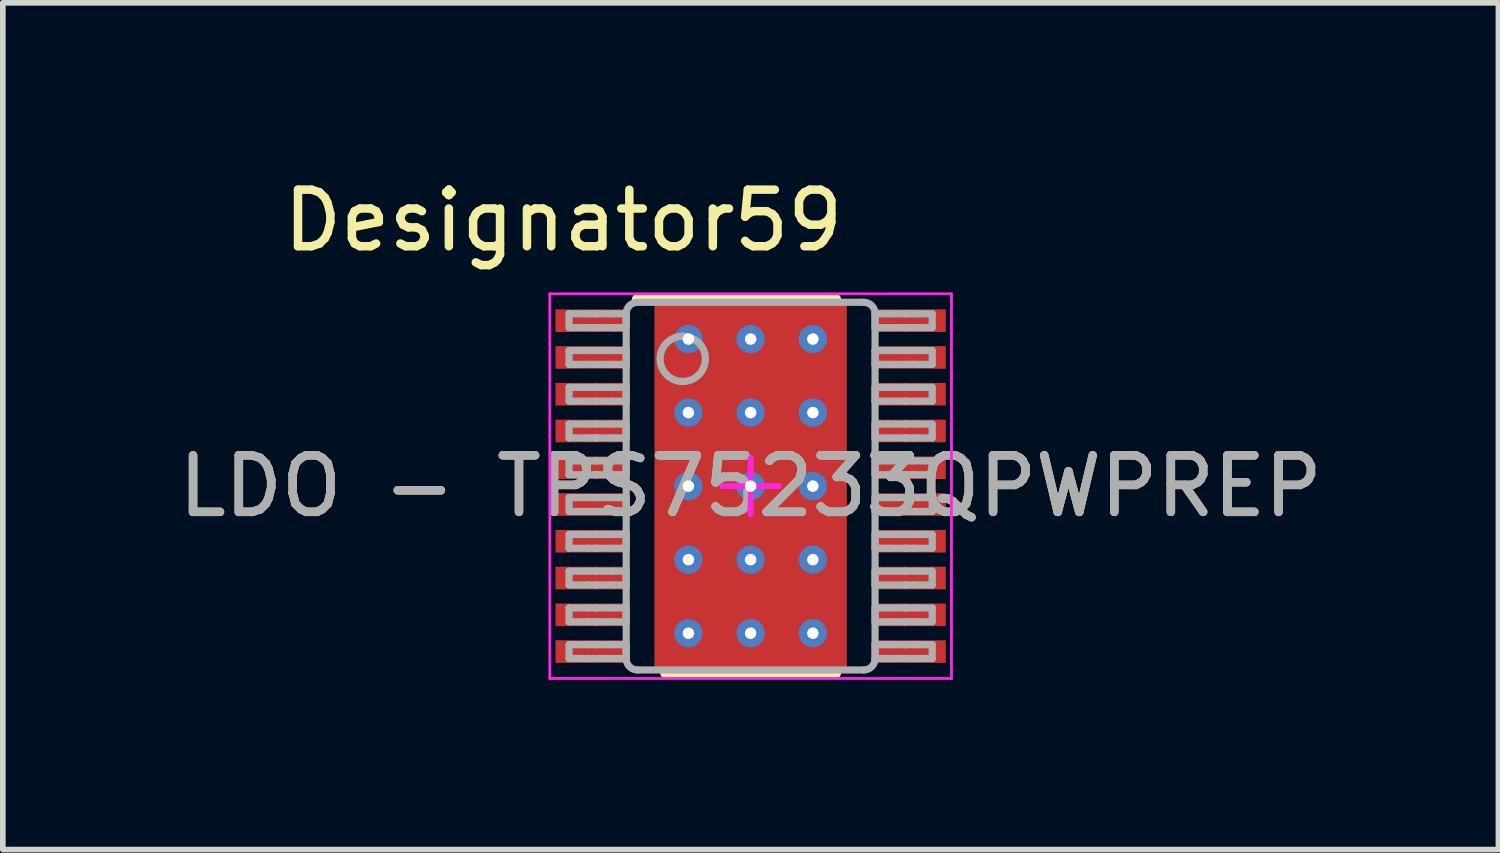
<source format=kicad_pcb>
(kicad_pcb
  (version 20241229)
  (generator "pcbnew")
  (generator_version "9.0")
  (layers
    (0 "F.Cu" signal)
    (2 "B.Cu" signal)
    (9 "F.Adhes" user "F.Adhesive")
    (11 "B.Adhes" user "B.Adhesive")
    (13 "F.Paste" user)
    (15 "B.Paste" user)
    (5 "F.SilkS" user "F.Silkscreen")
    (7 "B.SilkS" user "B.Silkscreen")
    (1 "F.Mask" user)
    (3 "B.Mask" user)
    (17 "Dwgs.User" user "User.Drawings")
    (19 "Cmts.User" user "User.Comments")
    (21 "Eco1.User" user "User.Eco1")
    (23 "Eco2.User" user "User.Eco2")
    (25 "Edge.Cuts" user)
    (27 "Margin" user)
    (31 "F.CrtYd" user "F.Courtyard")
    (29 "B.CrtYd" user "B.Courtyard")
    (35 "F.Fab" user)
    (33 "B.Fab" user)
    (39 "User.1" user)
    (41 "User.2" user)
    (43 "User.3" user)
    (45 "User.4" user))
  (footprint "LDO - TPS75233QPWPREP"
    (layer "F.Cu")
    (at 10.22 5.544)
    (property "Reference" "LDO - TPS75233QPWPREP" (at 0 0 0) (unlocked yes) (layer "F.SilkS") (effects (font (size 1 1) (thickness 0.15))))
    (attr smd)
    (fp_poly (pts (xy -1.2 1.642) (xy -1.2 -1.642) (xy -1.199 -1.651) (xy -1.196 -1.66) (xy -1.192 -1.669) (xy -1.186 -1.676) (xy -1.179 -1.682) (xy -1.17 -1.686) (xy -1.161 -1.689) (xy -1.152 -1.69) (xy 1.152 -1.69) (xy 1.161 -1.689) (xy 1.17 -1.686) (xy 1.179 -1.682) (xy 1.186 -1.676) (xy 1.192 -1.669) (xy 1.196 -1.66) (xy 1.199 -1.651) (xy 1.2 -1.642) (xy 1.2 1.642) (xy 1.199 1.651) (xy 1.196 1.66) (xy 1.192 1.669) (xy 1.186 1.676) (xy 1.179 1.682) (xy 1.17 1.686) (xy 1.161 1.689) (xy 1.152 1.69) (xy -1.152 1.69) (xy -1.161 1.689) (xy -1.17 1.686) (xy -1.179 1.682) (xy -1.186 1.676) (xy -1.192 1.669) (xy -1.196 1.66) (xy -1.199 1.651)) (stroke (width 0) (type solid)) (fill yes) (layer "F.Mask"))
    (fp_line (start -2 -3.3) (end 1.5 -3.3) (stroke (width 0.2) (type solid)) (layer "F.SilkS"))
    (fp_line (start -1.5 3.3) (end 1.5 3.3) (stroke (width 0.2) (type solid)) (layer "F.SilkS"))
    (fp_poly (pts (xy -1.2 1.642) (xy -1.2 -1.642) (xy -1.199 -1.651) (xy -1.196 -1.66) (xy -1.192 -1.669) (xy -1.186 -1.676) (xy -1.179 -1.682) (xy -1.17 -1.686) (xy -1.161 -1.689) (xy -1.152 -1.69) (xy 1.152 -1.69) (xy 1.161 -1.689) (xy 1.17 -1.686) (xy 1.179 -1.682) (xy 1.186 -1.676) (xy 1.192 -1.669) (xy 1.196 -1.66) (xy 1.199 -1.651) (xy 1.2 -1.642) (xy 1.2 1.642) (xy 1.199 1.651) (xy 1.196 1.66) (xy 1.192 1.669) (xy 1.186 1.676) (xy 1.179 1.682) (xy 1.17 1.686) (xy 1.161 1.689) (xy 1.152 1.69) (xy -1.152 1.69) (xy -1.161 1.689) (xy -1.17 1.686) (xy -1.179 1.682) (xy -1.186 1.676) (xy -1.192 1.669) (xy -1.196 1.66) (xy -1.199 1.651)) (stroke (width 0) (type solid)) (fill yes) (layer "F.Paste"))
    (fp_line (start -3.55 -3.4) (end 3.55 -3.4) (stroke (width 0.05) (type solid)) (layer "F.CrtYd"))
    (fp_line (start -3.55 3.4) (end -3.55 -3.4) (stroke (width 0.05) (type solid)) (layer "F.CrtYd"))
    (fp_line (start -3.55 3.4) (end 3.55 3.4) (stroke (width 0.05) (type solid)) (layer "F.CrtYd"))
    (fp_line (start -0.5 0) (end 0.5 0) (stroke (width 0.1) (type solid)) (layer "F.CrtYd"))
    (fp_line (start -0.000003 0.5) (end -0.000003 -0.5) (stroke (width 0.1) (type solid)) (layer "F.CrtYd"))
    (fp_line (start 3.55 3.4) (end 3.55 -3.4) (stroke (width 0.05) (type solid)) (layer "F.CrtYd"))
    (fp_line (start -3.21 -3.047) (end -2.887 -3.047) (stroke (width 0.127) (type solid)) (layer "F.Fab"))
    (fp_line (start -3.21 -2.802) (end -3.21 -3.047) (stroke (width 0.127) (type solid)) (layer "F.Fab"))
    (fp_line (start -3.21 -2.802) (end -2.887 -2.802) (stroke (width 0.127) (type solid)) (layer "F.Fab"))
    (fp_line (start -3.21 -2.397) (end -2.887 -2.397) (stroke (width 0.127) (type solid)) (layer "F.Fab"))
    (fp_line (start -3.21 -2.152) (end -3.21 -2.397) (stroke (width 0.127) (type solid)) (layer "F.Fab"))
    (fp_line (start -3.21 -2.152) (end -2.887 -2.152) (stroke (width 0.127) (type solid)) (layer "F.Fab"))
    (fp_line (start -3.21 -1.747) (end -2.887 -1.747) (stroke (width 0.127) (type solid)) (layer "F.Fab"))
    (fp_line (start -3.21 -1.502) (end -3.21 -1.747) (stroke (width 0.127) (type solid)) (layer "F.Fab"))
    (fp_line (start -3.21 -1.502) (end -2.887 -1.502) (stroke (width 0.127) (type solid)) (layer "F.Fab"))
    (fp_line (start -3.21 -1.097) (end -2.887 -1.097) (stroke (width 0.127) (type solid)) (layer "F.Fab"))
    (fp_line (start -3.21 -0.852) (end -3.21 -1.097) (stroke (width 0.127) (type solid)) (layer "F.Fab"))
    (fp_line (start -3.21 -0.852) (end -2.887 -0.852) (stroke (width 0.127) (type solid)) (layer "F.Fab"))
    (fp_line (start -3.21 -0.447) (end -2.887 -0.447) (stroke (width 0.127) (type solid)) (layer "F.Fab"))
    (fp_line (start -3.21 -0.202) (end -3.21 -0.447) (stroke (width 0.127) (type solid)) (layer "F.Fab"))
    (fp_line (start -3.21 -0.202) (end -2.887 -0.202) (stroke (width 0.127) (type solid)) (layer "F.Fab"))
    (fp_line (start -3.21 0.203) (end -2.887 0.203) (stroke (width 0.127) (type solid)) (layer "F.Fab"))
    (fp_line (start -3.21 0.448) (end -3.21 0.203) (stroke (width 0.127) (type solid)) (layer "F.Fab"))
    (fp_line (start -3.21 0.448) (end -2.887 0.448) (stroke (width 0.127) (type solid)) (layer "F.Fab"))
    (fp_line (start -3.21 0.853) (end -2.887 0.853) (stroke (width 0.127) (type solid)) (layer "F.Fab"))
    (fp_line (start -3.21 1.098) (end -3.21 0.853) (stroke (width 0.127) (type solid)) (layer "F.Fab"))
    (fp_line (start -3.21 1.098) (end -2.887 1.098) (stroke (width 0.127) (type solid)) (layer "F.Fab"))
    (fp_line (start -3.21 1.503) (end -2.887 1.503) (stroke (width 0.127) (type solid)) (layer "F.Fab"))
    (fp_line (start -3.21 1.748) (end -3.21 1.503) (stroke (width 0.127) (type solid)) (layer "F.Fab"))
    (fp_line (start -3.21 1.748) (end -2.887 1.748) (stroke (width 0.127) (type solid)) (layer "F.Fab"))
    (fp_line (start -3.21 2.153) (end -2.887 2.153) (stroke (width 0.127) (type solid)) (layer "F.Fab"))
    (fp_line (start -3.21 2.398) (end -3.21 2.153) (stroke (width 0.127) (type solid)) (layer "F.Fab"))
    (fp_line (start -3.21 2.398) (end -2.887 2.398) (stroke (width 0.127) (type solid)) (layer "F.Fab"))
    (fp_line (start -3.21 2.803) (end -2.887 2.803) (stroke (width 0.127) (type solid)) (layer "F.Fab"))
    (fp_line (start -3.21 3.048) (end -3.21 2.803) (stroke (width 0.127) (type solid)) (layer "F.Fab"))
    (fp_line (start -3.21 3.048) (end -2.887 3.048) (stroke (width 0.127) (type solid)) (layer "F.Fab"))
    (fp_line (start -2.887 -3.047) (end -2.739 -3.047) (stroke (width 0.127) (type solid)) (layer "F.Fab"))
    (fp_line (start -2.887 -2.802) (end -2.739 -2.802) (stroke (width 0.127) (type solid)) (layer "F.Fab"))
    (fp_line (start -2.887 -2.397) (end -2.739 -2.397) (stroke (width 0.127) (type solid)) (layer "F.Fab"))
    (fp_line (start -2.887 -2.152) (end -2.739 -2.152) (stroke (width 0.127) (type solid)) (layer "F.Fab"))
    (fp_line (start -2.887 -1.747) (end -2.739 -1.747) (stroke (width 0.127) (type solid)) (layer "F.Fab"))
    (fp_line (start -2.887 -1.502) (end -2.739 -1.502) (stroke (width 0.127) (type solid)) (layer "F.Fab"))
    (fp_line (start -2.887 -1.097) (end -2.739 -1.097) (stroke (width 0.127) (type solid)) (layer "F.Fab"))
    (fp_line (start -2.887 -0.852) (end -2.739 -0.852) (stroke (width 0.127) (type solid)) (layer "F.Fab"))
    (fp_line (start -2.887 -0.447) (end -2.739 -0.447) (stroke (width 0.127) (type solid)) (layer "F.Fab"))
    (fp_line (start -2.887 -0.202) (end -2.739 -0.202) (stroke (width 0.127) (type solid)) (layer "F.Fab"))
    (fp_line (start -2.887 0.203) (end -2.739 0.203) (stroke (width 0.127) (type solid)) (layer "F.Fab"))
    (fp_line (start -2.887 0.448) (end -2.739 0.448) (stroke (width 0.127) (type solid)) (layer "F.Fab"))
    (fp_line (start -2.887 0.853) (end -2.739 0.853) (stroke (width 0.127) (type solid)) (layer "F.Fab"))
    (fp_line (start -2.887 1.098) (end -2.739 1.098) (stroke (width 0.127) (type solid)) (layer "F.Fab"))
    (fp_line (start -2.887 1.503) (end -2.739 1.503) (stroke (width 0.127) (type solid)) (layer "F.Fab"))
    (fp_line (start -2.887 1.748) (end -2.739 1.748) (stroke (width 0.127) (type solid)) (layer "F.Fab"))
    (fp_line (start -2.887 2.153) (end -2.739 2.153) (stroke (width 0.127) (type solid)) (layer "F.Fab"))
    (fp_line (start -2.887 2.398) (end -2.739 2.398) (stroke (width 0.127) (type solid)) (layer "F.Fab"))
    (fp_line (start -2.887 2.803) (end -2.739 2.803) (stroke (width 0.127) (type solid)) (layer "F.Fab"))
    (fp_line (start -2.887 3.048) (end -2.739 3.048) (stroke (width 0.127) (type solid)) (layer "F.Fab"))
    (fp_line (start -2.739 -3.047) (end -2.733 -3.047) (stroke (width 0.127) (type solid)) (layer "F.Fab"))
    (fp_line (start -2.739 -2.802) (end -2.733 -2.802) (stroke (width 0.127) (type solid)) (layer "F.Fab"))
    (fp_line (start -2.739 -2.397) (end -2.733 -2.397) (stroke (width 0.127) (type solid)) (layer "F.Fab"))
    (fp_line (start -2.739 -2.152) (end -2.733 -2.152) (stroke (width 0.127) (type solid)) (layer "F.Fab"))
    (fp_line (start -2.739 -1.747) (end -2.733 -1.747) (stroke (width 0.127) (type solid)) (layer "F.Fab"))
    (fp_line (start -2.739 -1.502) (end -2.733 -1.502) (stroke (width 0.127) (type solid)) (layer "F.Fab"))
    (fp_line (start -2.739 -1.097) (end -2.733 -1.097) (stroke (width 0.127) (type solid)) (layer "F.Fab"))
    (fp_line (start -2.739 -0.852) (end -2.733 -0.852) (stroke (width 0.127) (type solid)) (layer "F.Fab"))
    (fp_line (start -2.739 -0.447) (end -2.733 -0.447) (stroke (width 0.127) (type solid)) (layer "F.Fab"))
    (fp_line (start -2.739 -0.202) (end -2.733 -0.202) (stroke (width 0.127) (type solid)) (layer "F.Fab"))
    (fp_line (start -2.739 0.203) (end -2.733 0.203) (stroke (width 0.127) (type solid)) (layer "F.Fab"))
    (fp_line (start -2.739 0.448) (end -2.733 0.448) (stroke (width 0.127) (type solid)) (layer "F.Fab"))
    (fp_line (start -2.739 0.853) (end -2.733 0.853) (stroke (width 0.127) (type solid)) (layer "F.Fab"))
    (fp_line (start -2.739 1.098) (end -2.733 1.098) (stroke (width 0.127) (type solid)) (layer "F.Fab"))
    (fp_line (start -2.739 1.503) (end -2.733 1.503) (stroke (width 0.127) (type solid)) (layer "F.Fab"))
    (fp_line (start -2.739 1.748) (end -2.733 1.748) (stroke (width 0.127) (type solid)) (layer "F.Fab"))
    (fp_line (start -2.739 2.153) (end -2.733 2.153) (stroke (width 0.127) (type solid)) (layer "F.Fab"))
    (fp_line (start -2.739 2.398) (end -2.733 2.398) (stroke (width 0.127) (type solid)) (layer "F.Fab"))
    (fp_line (start -2.739 2.803) (end -2.733 2.803) (stroke (width 0.127) (type solid)) (layer "F.Fab"))
    (fp_line (start -2.739 3.048) (end -2.733 3.048) (stroke (width 0.127) (type solid)) (layer "F.Fab"))
    (fp_line (start -2.733 -3.047) (end -2.431 -3.047) (stroke (width 0.127) (type solid)) (layer "F.Fab"))
    (fp_line (start -2.733 -2.802) (end -2.431 -2.802) (stroke (width 0.127) (type solid)) (layer "F.Fab"))
    (fp_line (start -2.733 -2.397) (end -2.431 -2.397) (stroke (width 0.127) (type solid)) (layer "F.Fab"))
    (fp_line (start -2.733 -2.152) (end -2.431 -2.152) (stroke (width 0.127) (type solid)) (layer "F.Fab"))
    (fp_line (start -2.733 -1.747) (end -2.431 -1.747) (stroke (width 0.127) (type solid)) (layer "F.Fab"))
    (fp_line (start -2.733 -1.502) (end -2.431 -1.502) (stroke (width 0.127) (type solid)) (layer "F.Fab"))
    (fp_line (start -2.733 -1.097) (end -2.431 -1.097) (stroke (width 0.127) (type solid)) (layer "F.Fab"))
    (fp_line (start -2.733 -0.852) (end -2.431 -0.852) (stroke (width 0.127) (type solid)) (layer "F.Fab"))
    (fp_line (start -2.733 -0.447) (end -2.431 -0.447) (stroke (width 0.127) (type solid)) (layer "F.Fab"))
    (fp_line (start -2.733 -0.202) (end -2.431 -0.202) (stroke (width 0.127) (type solid)) (layer "F.Fab"))
    (fp_line (start -2.733 0.203) (end -2.431 0.203) (stroke (width 0.127) (type solid)) (layer "F.Fab"))
    (fp_line (start -2.733 0.448) (end -2.431 0.448) (stroke (width 0.127) (type solid)) (layer "F.Fab"))
    (fp_line (start -2.733 0.853) (end -2.431 0.853) (stroke (width 0.127) (type solid)) (layer "F.Fab"))
    (fp_line (start -2.733 1.098) (end -2.431 1.098) (stroke (width 0.127) (type solid)) (layer "F.Fab"))
    (fp_line (start -2.733 1.503) (end -2.431 1.503) (stroke (width 0.127) (type solid)) (layer "F.Fab"))
    (fp_line (start -2.733 1.748) (end -2.431 1.748) (stroke (width 0.127) (type solid)) (layer "F.Fab"))
    (fp_line (start -2.733 2.153) (end -2.431 2.153) (stroke (width 0.127) (type solid)) (layer "F.Fab"))
    (fp_line (start -2.733 2.398) (end -2.431 2.398) (stroke (width 0.127) (type solid)) (layer "F.Fab"))
    (fp_line (start -2.733 2.803) (end -2.431 2.803) (stroke (width 0.127) (type solid)) (layer "F.Fab"))
    (fp_line (start -2.733 3.048) (end -2.431 3.048) (stroke (width 0.127) (type solid)) (layer "F.Fab"))
    (fp_line (start -2.431 -3.047) (end -2.2 -3.047) (stroke (width 0.127) (type solid)) (layer "F.Fab"))
    (fp_line (start -2.431 -2.802) (end -2.2 -2.802) (stroke (width 0.127) (type solid)) (layer "F.Fab"))
    (fp_line (start -2.431 -2.397) (end -2.2 -2.397) (stroke (width 0.127) (type solid)) (layer "F.Fab"))
    (fp_line (start -2.431 -2.152) (end -2.2 -2.152) (stroke (width 0.127) (type solid)) (layer "F.Fab"))
    (fp_line (start -2.431 -1.747) (end -2.2 -1.747) (stroke (width 0.127) (type solid)) (layer "F.Fab"))
    (fp_line (start -2.431 -1.502) (end -2.2 -1.502) (stroke (width 0.127) (type solid)) (layer "F.Fab"))
    (fp_line (start -2.431 -1.097) (end -2.2 -1.097) (stroke (width 0.127) (type solid)) (layer "F.Fab"))
    (fp_line (start -2.431 -0.852) (end -2.2 -0.852) (stroke (width 0.127) (type solid)) (layer "F.Fab"))
    (fp_line (start -2.431 -0.447) (end -2.2 -0.447) (stroke (width 0.127) (type solid)) (layer "F.Fab"))
    (fp_line (start -2.431 -0.202) (end -2.2 -0.202) (stroke (width 0.127) (type solid)) (layer "F.Fab"))
    (fp_line (start -2.431 0.203) (end -2.2 0.203) (stroke (width 0.127) (type solid)) (layer "F.Fab"))
    (fp_line (start -2.431 0.448) (end -2.2 0.448) (stroke (width 0.127) (type solid)) (layer "F.Fab"))
    (fp_line (start -2.431 0.853) (end -2.2 0.853) (stroke (width 0.127) (type solid)) (layer "F.Fab"))
    (fp_line (start -2.431 1.098) (end -2.2 1.098) (stroke (width 0.127) (type solid)) (layer "F.Fab"))
    (fp_line (start -2.431 1.503) (end -2.2 1.503) (stroke (width 0.127) (type solid)) (layer "F.Fab"))
    (fp_line (start -2.431 1.748) (end -2.2 1.748) (stroke (width 0.127) (type solid)) (layer "F.Fab"))
    (fp_line (start -2.431 2.153) (end -2.2 2.153) (stroke (width 0.127) (type solid)) (layer "F.Fab"))
    (fp_line (start -2.431 2.398) (end -2.2 2.398) (stroke (width 0.127) (type solid)) (layer "F.Fab"))
    (fp_line (start -2.431 2.803) (end -2.2 2.803) (stroke (width 0.127) (type solid)) (layer "F.Fab"))
    (fp_line (start -2.431 3.048) (end -2.2 3.048) (stroke (width 0.127) (type solid)) (layer "F.Fab"))
    (fp_line (start -2.2 -2.802) (end -2.2 -3.047) (stroke (width 0.127) (type solid)) (layer "F.Fab"))
    (fp_line (start -2.2 -2.152) (end -2.2 -2.397) (stroke (width 0.127) (type solid)) (layer "F.Fab"))
    (fp_line (start -2.2 -1.502) (end -2.2 -1.747) (stroke (width 0.127) (type solid)) (layer "F.Fab"))
    (fp_line (start -2.2 -0.852) (end -2.2 -1.097) (stroke (width 0.127) (type solid)) (layer "F.Fab"))
    (fp_line (start -2.2 -0.202) (end -2.2 -0.447) (stroke (width 0.127) (type solid)) (layer "F.Fab"))
    (fp_line (start -2.2 0.448) (end -2.2 0.203) (stroke (width 0.127) (type solid)) (layer "F.Fab"))
    (fp_line (start -2.2 1.098) (end -2.2 0.853) (stroke (width 0.127) (type solid)) (layer "F.Fab"))
    (fp_line (start -2.2 1.748) (end -2.2 1.503) (stroke (width 0.127) (type solid)) (layer "F.Fab"))
    (fp_line (start -2.2 2.398) (end -2.2 2.153) (stroke (width 0.127) (type solid)) (layer "F.Fab"))
    (fp_line (start -2.2 3.048) (end -2.2 2.803) (stroke (width 0.127) (type solid)) (layer "F.Fab"))
    (fp_line (start -2.2 3.05) (end -2.2 -3.05) (stroke (width 0.127) (type solid)) (layer "F.Fab"))
    (fp_line (start -2 -3.25) (end 2 -3.25) (stroke (width 0.127) (type solid)) (layer "F.Fab"))
    (fp_line (start -2 3.25) (end 2 3.25) (stroke (width 0.127) (type solid)) (layer "F.Fab"))
    (fp_line (start 2.2 -3.047) (end 2.43 -3.047) (stroke (width 0.127) (type solid)) (layer "F.Fab"))
    (fp_line (start 2.2 -2.802) (end 2.2 -3.047) (stroke (width 0.127) (type solid)) (layer "F.Fab"))
    (fp_line (start 2.2 -2.802) (end 2.43 -2.802) (stroke (width 0.127) (type solid)) (layer "F.Fab"))
    (fp_line (start 2.2 -2.397) (end 2.43 -2.397) (stroke (width 0.127) (type solid)) (layer "F.Fab"))
    (fp_line (start 2.2 -2.152) (end 2.2 -2.397) (stroke (width 0.127) (type solid)) (layer "F.Fab"))
    (fp_line (start 2.2 -2.152) (end 2.43 -2.152) (stroke (width 0.127) (type solid)) (layer "F.Fab"))
    (fp_line (start 2.2 -1.747) (end 2.43 -1.747) (stroke (width 0.127) (type solid)) (layer "F.Fab"))
    (fp_line (start 2.2 -1.502) (end 2.2 -1.747) (stroke (width 0.127) (type solid)) (layer "F.Fab"))
    (fp_line (start 2.2 -1.502) (end 2.43 -1.502) (stroke (width 0.127) (type solid)) (layer "F.Fab"))
    (fp_line (start 2.2 -1.097) (end 2.43 -1.097) (stroke (width 0.127) (type solid)) (layer "F.Fab"))
    (fp_line (start 2.2 -0.852) (end 2.2 -1.097) (stroke (width 0.127) (type solid)) (layer "F.Fab"))
    (fp_line (start 2.2 -0.852) (end 2.43 -0.852) (stroke (width 0.127) (type solid)) (layer "F.Fab"))
    (fp_line (start 2.2 -0.447) (end 2.43 -0.447) (stroke (width 0.127) (type solid)) (layer "F.Fab"))
    (fp_line (start 2.2 -0.202) (end 2.2 -0.447) (stroke (width 0.127) (type solid)) (layer "F.Fab"))
    (fp_line (start 2.2 -0.202) (end 2.43 -0.202) (stroke (width 0.127) (type solid)) (layer "F.Fab"))
    (fp_line (start 2.2 0.203) (end 2.43 0.203) (stroke (width 0.127) (type solid)) (layer "F.Fab"))
    (fp_line (start 2.2 0.448) (end 2.2 0.203) (stroke (width 0.127) (type solid)) (layer "F.Fab"))
    (fp_line (start 2.2 0.448) (end 2.43 0.448) (stroke (width 0.127) (type solid)) (layer "F.Fab"))
    (fp_line (start 2.2 0.853) (end 2.43 0.853) (stroke (width 0.127) (type solid)) (layer "F.Fab"))
    (fp_line (start 2.2 1.098) (end 2.2 0.853) (stroke (width 0.127) (type solid)) (layer "F.Fab"))
    (fp_line (start 2.2 1.098) (end 2.43 1.098) (stroke (width 0.127) (type solid)) (layer "F.Fab"))
    (fp_line (start 2.2 1.503) (end 2.43 1.503) (stroke (width 0.127) (type solid)) (layer "F.Fab"))
    (fp_line (start 2.2 1.748) (end 2.2 1.503) (stroke (width 0.127) (type solid)) (layer "F.Fab"))
    (fp_line (start 2.2 1.748) (end 2.43 1.748) (stroke (width 0.127) (type solid)) (layer "F.Fab"))
    (fp_line (start 2.2 2.153) (end 2.43 2.153) (stroke (width 0.127) (type solid)) (layer "F.Fab"))
    (fp_line (start 2.2 2.398) (end 2.2 2.153) (stroke (width 0.127) (type solid)) (layer "F.Fab"))
    (fp_line (start 2.2 2.398) (end 2.43 2.398) (stroke (width 0.127) (type solid)) (layer "F.Fab"))
    (fp_line (start 2.2 2.803) (end 2.43 2.803) (stroke (width 0.127) (type solid)) (layer "F.Fab"))
    (fp_line (start 2.2 3.048) (end 2.2 2.803) (stroke (width 0.127) (type solid)) (layer "F.Fab"))
    (fp_line (start 2.2 3.048) (end 2.43 3.048) (stroke (width 0.127) (type solid)) (layer "F.Fab"))
    (fp_line (start 2.2 3.05) (end 2.2 -3.05) (stroke (width 0.127) (type solid)) (layer "F.Fab"))
    (fp_line (start 2.43 -3.047) (end 2.733 -3.047) (stroke (width 0.127) (type solid)) (layer "F.Fab"))
    (fp_line (start 2.43 -2.802) (end 2.733 -2.802) (stroke (width 0.127) (type solid)) (layer "F.Fab"))
    (fp_line (start 2.43 -2.397) (end 2.733 -2.397) (stroke (width 0.127) (type solid)) (layer "F.Fab"))
    (fp_line (start 2.43 -2.152) (end 2.733 -2.152) (stroke (width 0.127) (type solid)) (layer "F.Fab"))
    (fp_line (start 2.43 -1.747) (end 2.733 -1.747) (stroke (width 0.127) (type solid)) (layer "F.Fab"))
    (fp_line (start 2.43 -1.502) (end 2.733 -1.502) (stroke (width 0.127) (type solid)) (layer "F.Fab"))
    (fp_line (start 2.43 -1.097) (end 2.733 -1.097) (stroke (width 0.127) (type solid)) (layer "F.Fab"))
    (fp_line (start 2.43 -0.852) (end 2.733 -0.852) (stroke (width 0.127) (type solid)) (layer "F.Fab"))
    (fp_line (start 2.43 -0.447) (end 2.733 -0.447) (stroke (width 0.127) (type solid)) (layer "F.Fab"))
    (fp_line (start 2.43 -0.202) (end 2.733 -0.202) (stroke (width 0.127) (type solid)) (layer "F.Fab"))
    (fp_line (start 2.43 0.203) (end 2.733 0.203) (stroke (width 0.127) (type solid)) (layer "F.Fab"))
    (fp_line (start 2.43 0.448) (end 2.733 0.448) (stroke (width 0.127) (type solid)) (layer "F.Fab"))
    (fp_line (start 2.43 0.853) (end 2.733 0.853) (stroke (width 0.127) (type solid)) (layer "F.Fab"))
    (fp_line (start 2.43 1.098) (end 2.733 1.098) (stroke (width 0.127) (type solid)) (layer "F.Fab"))
    (fp_line (start 2.43 1.503) (end 2.733 1.503) (stroke (width 0.127) (type solid)) (layer "F.Fab"))
    (fp_line (start 2.43 1.748) (end 2.733 1.748) (stroke (width 0.127) (type solid)) (layer "F.Fab"))
    (fp_line (start 2.43 2.153) (end 2.733 2.153) (stroke (width 0.127) (type solid)) (layer "F.Fab"))
    (fp_line (start 2.43 2.398) (end 2.733 2.398) (stroke (width 0.127) (type solid)) (layer "F.Fab"))
    (fp_line (start 2.43 2.803) (end 2.733 2.803) (stroke (width 0.127) (type solid)) (layer "F.Fab"))
    (fp_line (start 2.43 3.048) (end 2.733 3.048) (stroke (width 0.127) (type solid)) (layer "F.Fab"))
    (fp_line (start 2.733 -3.047) (end 2.739 -3.047) (stroke (width 0.127) (type solid)) (layer "F.Fab"))
    (fp_line (start 2.733 -2.802) (end 2.739 -2.802) (stroke (width 0.127) (type solid)) (layer "F.Fab"))
    (fp_line (start 2.733 -2.397) (end 2.739 -2.397) (stroke (width 0.127) (type solid)) (layer "F.Fab"))
    (fp_line (start 2.733 -2.152) (end 2.739 -2.152) (stroke (width 0.127) (type solid)) (layer "F.Fab"))
    (fp_line (start 2.733 -1.747) (end 2.739 -1.747) (stroke (width 0.127) (type solid)) (layer "F.Fab"))
    (fp_line (start 2.733 -1.502) (end 2.739 -1.502) (stroke (width 0.127) (type solid)) (layer "F.Fab"))
    (fp_line (start 2.733 -1.097) (end 2.739 -1.097) (stroke (width 0.127) (type solid)) (layer "F.Fab"))
    (fp_line (start 2.733 -0.852) (end 2.739 -0.852) (stroke (width 0.127) (type solid)) (layer "F.Fab"))
    (fp_line (start 2.733 -0.447) (end 2.739 -0.447) (stroke (width 0.127) (type solid)) (layer "F.Fab"))
    (fp_line (start 2.733 -0.202) (end 2.739 -0.202) (stroke (width 0.127) (type solid)) (layer "F.Fab"))
    (fp_line (start 2.733 0.203) (end 2.739 0.203) (stroke (width 0.127) (type solid)) (layer "F.Fab"))
    (fp_line (start 2.733 0.448) (end 2.739 0.448) (stroke (width 0.127) (type solid)) (layer "F.Fab"))
    (fp_line (start 2.733 0.853) (end 2.739 0.853) (stroke (width 0.127) (type solid)) (layer "F.Fab"))
    (fp_line (start 2.733 1.098) (end 2.739 1.098) (stroke (width 0.127) (type solid)) (layer "F.Fab"))
    (fp_line (start 2.733 1.503) (end 2.739 1.503) (stroke (width 0.127) (type solid)) (layer "F.Fab"))
    (fp_line (start 2.733 1.748) (end 2.739 1.748) (stroke (width 0.127) (type solid)) (layer "F.Fab"))
    (fp_line (start 2.733 2.153) (end 2.739 2.153) (stroke (width 0.127) (type solid)) (layer "F.Fab"))
    (fp_line (start 2.733 2.398) (end 2.739 2.398) (stroke (width 0.127) (type solid)) (layer "F.Fab"))
    (fp_line (start 2.733 2.803) (end 2.739 2.803) (stroke (width 0.127) (type solid)) (layer "F.Fab"))
    (fp_line (start 2.733 3.048) (end 2.739 3.048) (stroke (width 0.127) (type solid)) (layer "F.Fab"))
    (fp_line (start 2.739 -3.047) (end 2.887 -3.047) (stroke (width 0.127) (type solid)) (layer "F.Fab"))
    (fp_line (start 2.739 -2.802) (end 2.887 -2.802) (stroke (width 0.127) (type solid)) (layer "F.Fab"))
    (fp_line (start 2.739 -2.397) (end 2.887 -2.397) (stroke (width 0.127) (type solid)) (layer "F.Fab"))
    (fp_line (start 2.739 -2.152) (end 2.887 -2.152) (stroke (width 0.127) (type solid)) (layer "F.Fab"))
    (fp_line (start 2.739 -1.747) (end 2.887 -1.747) (stroke (width 0.127) (type solid)) (layer "F.Fab"))
    (fp_line (start 2.739 -1.502) (end 2.887 -1.502) (stroke (width 0.127) (type solid)) (layer "F.Fab"))
    (fp_line (start 2.739 -1.097) (end 2.887 -1.097) (stroke (width 0.127) (type solid)) (layer "F.Fab"))
    (fp_line (start 2.739 -0.852) (end 2.887 -0.852) (stroke (width 0.127) (type solid)) (layer "F.Fab"))
    (fp_line (start 2.739 -0.447) (end 2.887 -0.447) (stroke (width 0.127) (type solid)) (layer "F.Fab"))
    (fp_line (start 2.739 -0.202) (end 2.887 -0.202) (stroke (width 0.127) (type solid)) (layer "F.Fab"))
    (fp_line (start 2.739 0.203) (end 2.887 0.203) (stroke (width 0.127) (type solid)) (layer "F.Fab"))
    (fp_line (start 2.739 0.448) (end 2.887 0.448) (stroke (width 0.127) (type solid)) (layer "F.Fab"))
    (fp_line (start 2.739 0.853) (end 2.887 0.853) (stroke (width 0.127) (type solid)) (layer "F.Fab"))
    (fp_line (start 2.739 1.098) (end 2.887 1.098) (stroke (width 0.127) (type solid)) (layer "F.Fab"))
    (fp_line (start 2.739 1.503) (end 2.887 1.503) (stroke (width 0.127) (type solid)) (layer "F.Fab"))
    (fp_line (start 2.739 1.748) (end 2.887 1.748) (stroke (width 0.127) (type solid)) (layer "F.Fab"))
    (fp_line (start 2.739 2.153) (end 2.887 2.153) (stroke (width 0.127) (type solid)) (layer "F.Fab"))
    (fp_line (start 2.739 2.398) (end 2.887 2.398) (stroke (width 0.127) (type solid)) (layer "F.Fab"))
    (fp_line (start 2.739 2.803) (end 2.887 2.803) (stroke (width 0.127) (type solid)) (layer "F.Fab"))
    (fp_line (start 2.739 3.048) (end 2.887 3.048) (stroke (width 0.127) (type solid)) (layer "F.Fab"))
    (fp_line (start 2.887 -3.047) (end 3.21 -3.047) (stroke (width 0.127) (type solid)) (layer "F.Fab"))
    (fp_line (start 2.887 -2.802) (end 3.21 -2.802) (stroke (width 0.127) (type solid)) (layer "F.Fab"))
    (fp_line (start 2.887 -2.397) (end 3.21 -2.397) (stroke (width 0.127) (type solid)) (layer "F.Fab"))
    (fp_line (start 2.887 -2.152) (end 3.21 -2.152) (stroke (width 0.127) (type solid)) (layer "F.Fab"))
    (fp_line (start 2.887 -1.747) (end 3.21 -1.747) (stroke (width 0.127) (type solid)) (layer "F.Fab"))
    (fp_line (start 2.887 -1.502) (end 3.21 -1.502) (stroke (width 0.127) (type solid)) (layer "F.Fab"))
    (fp_line (start 2.887 -1.097) (end 3.21 -1.097) (stroke (width 0.127) (type solid)) (layer "F.Fab"))
    (fp_line (start 2.887 -0.852) (end 3.21 -0.852) (stroke (width 0.127) (type solid)) (layer "F.Fab"))
    (fp_line (start 2.887 -0.447) (end 3.21 -0.447) (stroke (width 0.127) (type solid)) (layer "F.Fab"))
    (fp_line (start 2.887 -0.202) (end 3.21 -0.202) (stroke (width 0.127) (type solid)) (layer "F.Fab"))
    (fp_line (start 2.887 0.203) (end 3.21 0.203) (stroke (width 0.127) (type solid)) (layer "F.Fab"))
    (fp_line (start 2.887 0.448) (end 3.21 0.448) (stroke (width 0.127) (type solid)) (layer "F.Fab"))
    (fp_line (start 2.887 0.853) (end 3.21 0.853) (stroke (width 0.127) (type solid)) (layer "F.Fab"))
    (fp_line (start 2.887 1.098) (end 3.21 1.098) (stroke (width 0.127) (type solid)) (layer "F.Fab"))
    (fp_line (start 2.887 1.503) (end 3.21 1.503) (stroke (width 0.127) (type solid)) (layer "F.Fab"))
    (fp_line (start 2.887 1.748) (end 3.21 1.748) (stroke (width 0.127) (type solid)) (layer "F.Fab"))
    (fp_line (start 2.887 2.153) (end 3.21 2.153) (stroke (width 0.127) (type solid)) (layer "F.Fab"))
    (fp_line (start 2.887 2.398) (end 3.21 2.398) (stroke (width 0.127) (type solid)) (layer "F.Fab"))
    (fp_line (start 2.887 2.803) (end 3.21 2.803) (stroke (width 0.127) (type solid)) (layer "F.Fab"))
    (fp_line (start 2.887 3.048) (end 3.21 3.048) (stroke (width 0.127) (type solid)) (layer "F.Fab"))
    (fp_line (start 3.21 -2.802) (end 3.21 -3.047) (stroke (width 0.127) (type solid)) (layer "F.Fab"))
    (fp_line (start 3.21 -2.152) (end 3.21 -2.397) (stroke (width 0.127) (type solid)) (layer "F.Fab"))
    (fp_line (start 3.21 -1.502) (end 3.21 -1.747) (stroke (width 0.127) (type solid)) (layer "F.Fab"))
    (fp_line (start 3.21 -0.852) (end 3.21 -1.097) (stroke (width 0.127) (type solid)) (layer "F.Fab"))
    (fp_line (start 3.21 -0.202) (end 3.21 -0.447) (stroke (width 0.127) (type solid)) (layer "F.Fab"))
    (fp_line (start 3.21 0.448) (end 3.21 0.203) (stroke (width 0.127) (type solid)) (layer "F.Fab"))
    (fp_line (start 3.21 1.098) (end 3.21 0.853) (stroke (width 0.127) (type solid)) (layer "F.Fab"))
    (fp_line (start 3.21 1.748) (end 3.21 1.503) (stroke (width 0.127) (type solid)) (layer "F.Fab"))
    (fp_line (start 3.21 2.398) (end 3.21 2.153) (stroke (width 0.127) (type solid)) (layer "F.Fab"))
    (fp_line (start 3.21 3.048) (end 3.21 2.803) (stroke (width 0.127) (type solid)) (layer "F.Fab"))
    (fp_arc (start -2.200001 -3.049986) (mid -2.141422 -3.191407) (end -2.000001 -3.249986) (stroke (width 0.127) (type solid)) (layer "F.Fab"))
    (fp_arc (start -2.000001 3.250001) (mid -2.141422 3.191423) (end -2.200001 3.050002) (stroke (width 0.127) (type solid)) (layer "F.Fab"))
    (fp_arc (start -1.200003 -2.649987) (mid -0.800003 -2.249988) (end -1.200003 -1.849989) (stroke (width 0.127) (type solid)) (layer "F.Fab"))
    (fp_arc (start -1.200003 -1.849989) (mid -1.600002 -2.249988) (end -1.200003 -2.649987) (stroke (width 0.127) (type solid)) (layer "F.Fab"))
    (fp_arc (start 1.999991 -3.249986) (mid 2.141412 -3.191407) (end 2.199991 -3.049986) (stroke (width 0.127) (type solid)) (layer "F.Fab"))
    (fp_arc (start 2.199991 3.050002) (mid 2.141412 3.191423) (end 1.999991 3.250001) (stroke (width 0.127) (type solid)) (layer "F.Fab"))
    (fp_text user "Designator59" (at -3.311 -4.696 0) (unlocked yes) (layer "F.SilkS") (effects (font (size 1 1) (thickness 0.15))))
    (fp_text user "${REFERENCE}" (at 0 0 0) (unlocked yes) (layer "F.Fab") (effects (font (size 1 1) (thickness 0.15))))
    (pad "1" smd rect (at -2.85 -2.925 90) (size 0.4 1.2) (layers "F.Cu" "F.Mask" "F.Paste"))
    (pad "2" smd rect (at -2.85 -2.275 90) (size 0.4 1.2) (layers "F.Cu" "F.Mask" "F.Paste"))
    (pad "3" smd rect (at -2.85 -1.625 90) (size 0.4 1.2) (layers "F.Cu" "F.Mask" "F.Paste"))
    (pad "4" smd rect (at -2.85 -0.975 90) (size 0.4 1.2) (layers "F.Cu" "F.Mask" "F.Paste"))
    (pad "5" smd rect (at -2.85 -0.325 90) (size 0.4 1.2) (layers "F.Cu" "F.Mask" "F.Paste"))
    (pad "6" smd rect (at -2.85 0.325 90) (size 0.4 1.2) (layers "F.Cu" "F.Mask" "F.Paste"))
    (pad "7" smd rect (at -2.85 0.975 90) (size 0.4 1.2) (layers "F.Cu" "F.Mask" "F.Paste"))
    (pad "8" smd rect (at -2.85 1.625 90) (size 0.4 1.2) (layers "F.Cu" "F.Mask" "F.Paste"))
    (pad "9" smd rect (at -2.85 2.275 90) (size 0.4 1.2) (layers "F.Cu" "F.Mask" "F.Paste"))
    (pad "10" smd rect (at -2.85 2.925 90) (size 0.4 1.2) (layers "F.Cu" "F.Mask" "F.Paste"))
    (pad "11" smd rect (at 2.85 2.925 90) (size 0.4 1.2) (layers "F.Cu" "F.Mask" "F.Paste"))
    (pad "12" smd rect (at 2.85 2.275 90) (size 0.4 1.2) (layers "F.Cu" "F.Mask" "F.Paste"))
    (pad "13" smd rect (at 2.85 1.625 90) (size 0.4 1.2) (layers "F.Cu" "F.Mask" "F.Paste"))
    (pad "14" smd rect (at 2.85 0.975 90) (size 0.4 1.2) (layers "F.Cu" "F.Mask" "F.Paste"))
    (pad "15" smd rect (at 2.85 0.325 90) (size 0.4 1.2) (layers "F.Cu" "F.Mask" "F.Paste"))
    (pad "16" smd rect (at 2.85 -0.325 90) (size 0.4 1.2) (layers "F.Cu" "F.Mask" "F.Paste"))
    (pad "17" smd rect (at 2.85 -0.975 90) (size 0.4 1.2) (layers "F.Cu" "F.Mask" "F.Paste"))
    (pad "18" smd rect (at 2.85 -1.625 90) (size 0.4 1.2) (layers "F.Cu" "F.Mask" "F.Paste"))
    (pad "19" smd rect (at 2.85 -2.275 90) (size 0.4 1.2) (layers "F.Cu" "F.Mask" "F.Paste"))
    (pad "20" smd rect (at 2.85 -2.925 90) (size 0.4 1.2) (layers "F.Cu" "F.Mask" "F.Paste"))
    (pad "21" smd rect (at 0 0) (size 3.4 6.5) (layers "F.Cu" "F.Mask" "F.Paste"))
    (pad "V" thru_hole circle (at -1.1 -2.6) (size 0.5 0.5) (drill 0.203) (layers "*.Cu" "*.Mask"))
    (pad "V" thru_hole circle (at -1.1 -1.3) (size 0.5 0.5) (drill 0.203) (layers "*.Cu" "*.Mask"))
    (pad "V" thru_hole circle (at -1.1 0) (size 0.5 0.5) (drill 0.203) (layers "*.Cu" "*.Mask"))
    (pad "V" thru_hole circle (at -1.1 1.3) (size 0.5 0.5) (drill 0.203) (layers "*.Cu" "*.Mask"))
    (pad "V" thru_hole circle (at -1.1 2.6) (size 0.5 0.5) (drill 0.203) (layers "*.Cu" "*.Mask"))
    (pad "V" thru_hole circle (at 0 -2.6) (size 0.5 0.5) (drill 0.203) (layers "*.Cu" "*.Mask"))
    (pad "V" thru_hole circle (at 0 -1.3) (size 0.5 0.5) (drill 0.203) (layers "*.Cu" "*.Mask"))
    (pad "V" thru_hole circle (at 0 0) (size 0.5 0.5) (drill 0.203) (layers "*.Cu" "*.Mask"))
    (pad "V" thru_hole circle (at 0 1.3) (size 0.5 0.5) (drill 0.203) (layers "*.Cu" "*.Mask"))
    (pad "V" thru_hole circle (at 0 2.6) (size 0.5 0.5) (drill 0.203) (layers "*.Cu" "*.Mask"))
    (pad "V" thru_hole circle (at 1.1 -2.6) (size 0.5 0.5) (drill 0.203) (layers "*.Cu" "*.Mask"))
    (pad "V" thru_hole circle (at 1.1 -1.3) (size 0.5 0.5) (drill 0.203) (layers "*.Cu" "*.Mask"))
    (pad "V" thru_hole circle (at 1.1 0) (size 0.5 0.5) (drill 0.203) (layers "*.Cu" "*.Mask"))
    (pad "V" thru_hole circle (at 1.1 1.3) (size 0.5 0.5) (drill 0.203) (layers "*.Cu" "*.Mask"))
    (pad "V" thru_hole circle (at 1.1 2.6) (size 0.5 0.5) (drill 0.203) (layers "*.Cu" "*.Mask")))
  (gr_rect
    (start -3 -3)
    (end 23.44 11.969)
    (stroke (width 0.1) (type default))
    (fill no)
    (layer "Edge.Cuts")))
</source>
